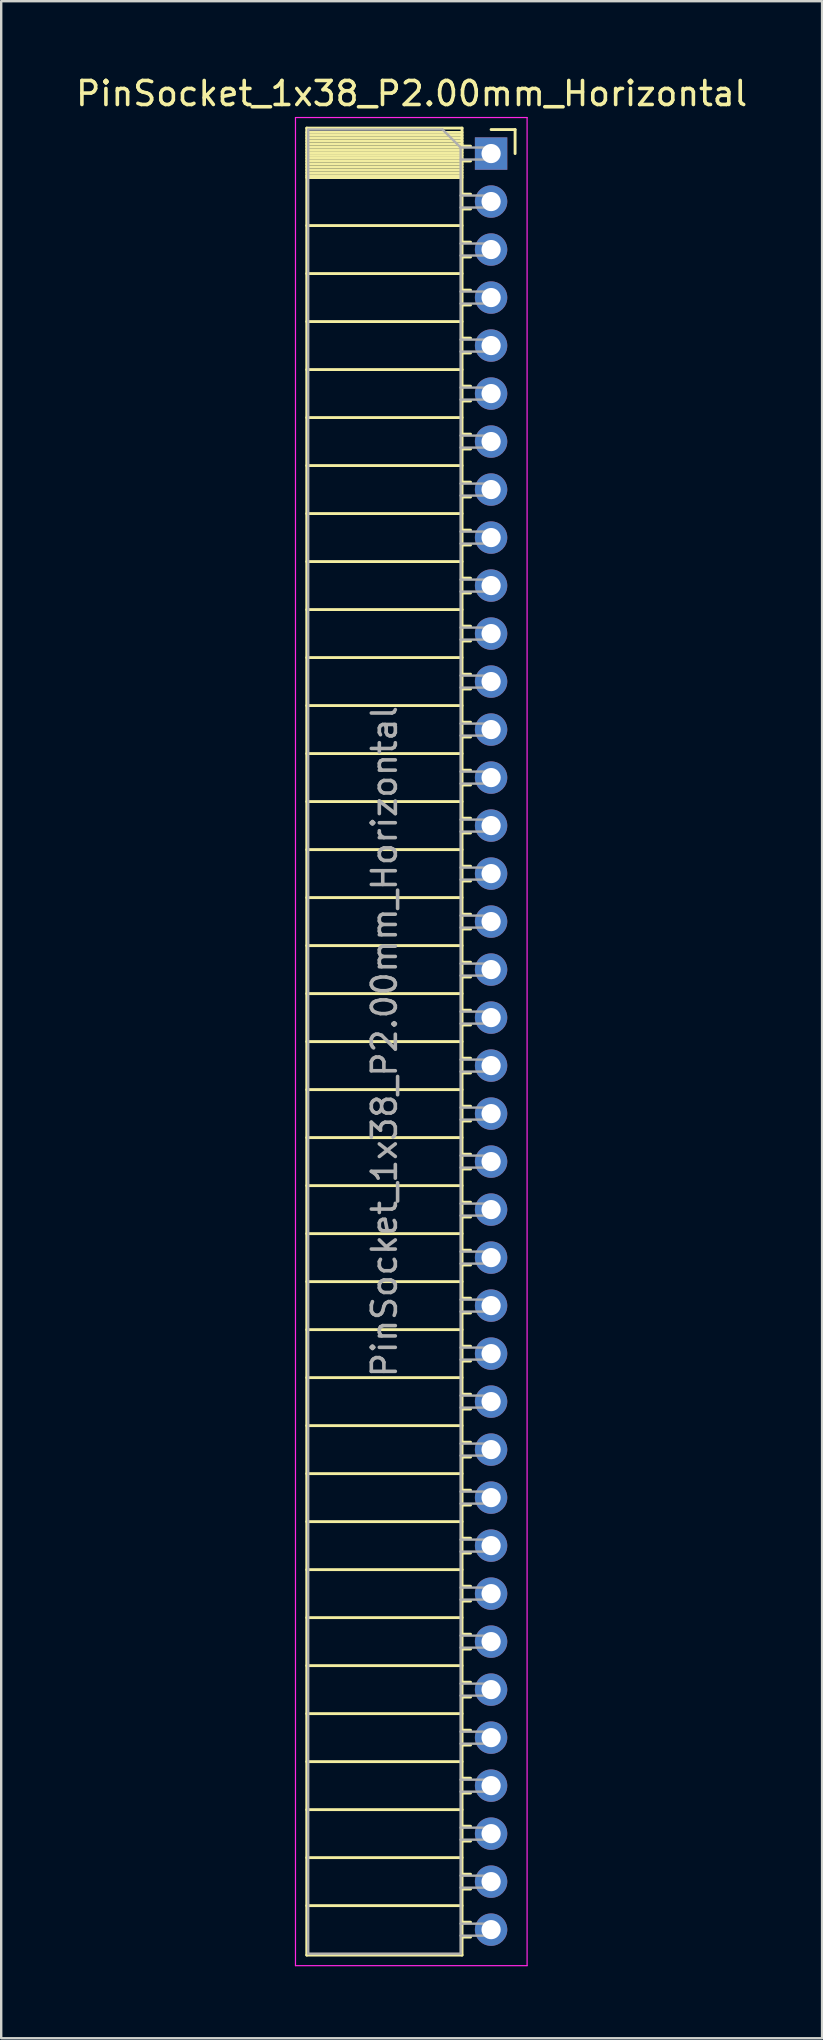
<source format=kicad_pcb>
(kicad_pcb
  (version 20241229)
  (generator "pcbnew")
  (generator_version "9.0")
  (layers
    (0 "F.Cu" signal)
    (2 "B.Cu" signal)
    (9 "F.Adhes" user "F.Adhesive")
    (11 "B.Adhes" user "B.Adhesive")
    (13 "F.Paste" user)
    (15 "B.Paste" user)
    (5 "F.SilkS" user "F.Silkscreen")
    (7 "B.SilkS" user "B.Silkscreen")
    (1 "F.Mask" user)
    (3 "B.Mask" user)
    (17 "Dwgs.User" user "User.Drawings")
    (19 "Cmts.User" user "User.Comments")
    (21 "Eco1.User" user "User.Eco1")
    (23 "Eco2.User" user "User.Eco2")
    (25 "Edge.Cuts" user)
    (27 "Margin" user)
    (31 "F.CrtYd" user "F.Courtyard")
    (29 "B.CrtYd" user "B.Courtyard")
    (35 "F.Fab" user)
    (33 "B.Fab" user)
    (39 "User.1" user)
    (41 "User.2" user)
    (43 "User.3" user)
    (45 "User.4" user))
  (footprint "PinSocket_1x38_P2.00mm_Horizontal"
    (layer "F.Cu")
    (at 17.411 3.348)
    (property "Reference" "PinSocket_1x38_P2.00mm_Horizontal" (at -3.31 -2.5 0) (layer "F.SilkS") (effects (font (size 1 1) (thickness 0.15))))
    (attr through_hole)
    (fp_line (start -7.68 -1.06) (end -1.21 -1.06) (stroke (width 0.12) (type solid)) (layer "F.SilkS"))
    (fp_line (start -7.68 -0.88) (end -1.21 -0.88) (stroke (width 0.12) (type solid)) (layer "F.SilkS"))
    (fp_line (start -7.68 -0.76) (end -1.21 -0.76) (stroke (width 0.12) (type solid)) (layer "F.SilkS"))
    (fp_line (start -7.68 -0.64) (end -1.21 -0.64) (stroke (width 0.12) (type solid)) (layer "F.SilkS"))
    (fp_line (start -7.68 -0.52) (end -1.21 -0.52) (stroke (width 0.12) (type solid)) (layer "F.SilkS"))
    (fp_line (start -7.68 -0.4) (end -1.21 -0.4) (stroke (width 0.12) (type solid)) (layer "F.SilkS"))
    (fp_line (start -7.68 -0.28) (end -1.21 -0.28) (stroke (width 0.12) (type solid)) (layer "F.SilkS"))
    (fp_line (start -7.68 -0.16) (end -1.21 -0.16) (stroke (width 0.12) (type solid)) (layer "F.SilkS"))
    (fp_line (start -7.68 -0.04) (end -1.21 -0.04) (stroke (width 0.12) (type solid)) (layer "F.SilkS"))
    (fp_line (start -7.68 0.08) (end -1.21 0.08) (stroke (width 0.12) (type solid)) (layer "F.SilkS"))
    (fp_line (start -7.68 0.2) (end -1.21 0.2) (stroke (width 0.12) (type solid)) (layer "F.SilkS"))
    (fp_line (start -7.68 0.32) (end -1.21 0.32) (stroke (width 0.12) (type solid)) (layer "F.SilkS"))
    (fp_line (start -7.68 0.44) (end -1.21 0.44) (stroke (width 0.12) (type solid)) (layer "F.SilkS"))
    (fp_line (start -7.68 0.56) (end -1.21 0.56) (stroke (width 0.12) (type solid)) (layer "F.SilkS"))
    (fp_line (start -7.68 0.68) (end -1.21 0.68) (stroke (width 0.12) (type solid)) (layer "F.SilkS"))
    (fp_line (start -7.68 0.8) (end -1.21 0.8) (stroke (width 0.12) (type solid)) (layer "F.SilkS"))
    (fp_line (start -7.68 0.92) (end -1.21 0.92) (stroke (width 0.12) (type solid)) (layer "F.SilkS"))
    (fp_line (start -7.68 1) (end -1.21 1) (stroke (width 0.12) (type solid)) (layer "F.SilkS"))
    (fp_line (start -7.68 3) (end -1.21 3) (stroke (width 0.12) (type solid)) (layer "F.SilkS"))
    (fp_line (start -7.68 5) (end -1.21 5) (stroke (width 0.12) (type solid)) (layer "F.SilkS"))
    (fp_line (start -7.68 7) (end -1.21 7) (stroke (width 0.12) (type solid)) (layer "F.SilkS"))
    (fp_line (start -7.68 9) (end -1.21 9) (stroke (width 0.12) (type solid)) (layer "F.SilkS"))
    (fp_line (start -7.68 11) (end -1.21 11) (stroke (width 0.12) (type solid)) (layer "F.SilkS"))
    (fp_line (start -7.68 13) (end -1.21 13) (stroke (width 0.12) (type solid)) (layer "F.SilkS"))
    (fp_line (start -7.68 15) (end -1.21 15) (stroke (width 0.12) (type solid)) (layer "F.SilkS"))
    (fp_line (start -7.68 17) (end -1.21 17) (stroke (width 0.12) (type solid)) (layer "F.SilkS"))
    (fp_line (start -7.68 19) (end -1.21 19) (stroke (width 0.12) (type solid)) (layer "F.SilkS"))
    (fp_line (start -7.68 21) (end -1.21 21) (stroke (width 0.12) (type solid)) (layer "F.SilkS"))
    (fp_line (start -7.68 23) (end -1.21 23) (stroke (width 0.12) (type solid)) (layer "F.SilkS"))
    (fp_line (start -7.68 25) (end -1.21 25) (stroke (width 0.12) (type solid)) (layer "F.SilkS"))
    (fp_line (start -7.68 27) (end -1.21 27) (stroke (width 0.12) (type solid)) (layer "F.SilkS"))
    (fp_line (start -7.68 29) (end -1.21 29) (stroke (width 0.12) (type solid)) (layer "F.SilkS"))
    (fp_line (start -7.68 31) (end -1.21 31) (stroke (width 0.12) (type solid)) (layer "F.SilkS"))
    (fp_line (start -7.68 33) (end -1.21 33) (stroke (width 0.12) (type solid)) (layer "F.SilkS"))
    (fp_line (start -7.68 35) (end -1.21 35) (stroke (width 0.12) (type solid)) (layer "F.SilkS"))
    (fp_line (start -7.68 37) (end -1.21 37) (stroke (width 0.12) (type solid)) (layer "F.SilkS"))
    (fp_line (start -7.68 39) (end -1.21 39) (stroke (width 0.12) (type solid)) (layer "F.SilkS"))
    (fp_line (start -7.68 41) (end -1.21 41) (stroke (width 0.12) (type solid)) (layer "F.SilkS"))
    (fp_line (start -7.68 43) (end -1.21 43) (stroke (width 0.12) (type solid)) (layer "F.SilkS"))
    (fp_line (start -7.68 45) (end -1.21 45) (stroke (width 0.12) (type solid)) (layer "F.SilkS"))
    (fp_line (start -7.68 47) (end -1.21 47) (stroke (width 0.12) (type solid)) (layer "F.SilkS"))
    (fp_line (start -7.68 49) (end -1.21 49) (stroke (width 0.12) (type solid)) (layer "F.SilkS"))
    (fp_line (start -7.68 51) (end -1.21 51) (stroke (width 0.12) (type solid)) (layer "F.SilkS"))
    (fp_line (start -7.68 53) (end -1.21 53) (stroke (width 0.12) (type solid)) (layer "F.SilkS"))
    (fp_line (start -7.68 55) (end -1.21 55) (stroke (width 0.12) (type solid)) (layer "F.SilkS"))
    (fp_line (start -7.68 57) (end -1.21 57) (stroke (width 0.12) (type solid)) (layer "F.SilkS"))
    (fp_line (start -7.68 59) (end -1.21 59) (stroke (width 0.12) (type solid)) (layer "F.SilkS"))
    (fp_line (start -7.68 61) (end -1.21 61) (stroke (width 0.12) (type solid)) (layer "F.SilkS"))
    (fp_line (start -7.68 63) (end -1.21 63) (stroke (width 0.12) (type solid)) (layer "F.SilkS"))
    (fp_line (start -7.68 65) (end -1.21 65) (stroke (width 0.12) (type solid)) (layer "F.SilkS"))
    (fp_line (start -7.68 67) (end -1.21 67) (stroke (width 0.12) (type solid)) (layer "F.SilkS"))
    (fp_line (start -7.68 69) (end -1.21 69) (stroke (width 0.12) (type solid)) (layer "F.SilkS"))
    (fp_line (start -7.68 71) (end -1.21 71) (stroke (width 0.12) (type solid)) (layer "F.SilkS"))
    (fp_line (start -7.68 73) (end -1.21 73) (stroke (width 0.12) (type solid)) (layer "F.SilkS"))
    (fp_line (start -7.68 75.06) (end -7.68 -1.06) (stroke (width 0.12) (type solid)) (layer "F.SilkS"))
    (fp_line (start -1.21 -1.06) (end -1.21 75.06) (stroke (width 0.12) (type solid)) (layer "F.SilkS"))
    (fp_line (start -1.21 -0.31) (end -0.855 -0.31) (stroke (width 0.12) (type solid)) (layer "F.SilkS"))
    (fp_line (start -1.21 1.69) (end -0.855 1.69) (stroke (width 0.12) (type solid)) (layer "F.SilkS"))
    (fp_line (start -1.21 3.69) (end -0.855 3.69) (stroke (width 0.12) (type solid)) (layer "F.SilkS"))
    (fp_line (start -1.21 5.69) (end -0.855 5.69) (stroke (width 0.12) (type solid)) (layer "F.SilkS"))
    (fp_line (start -1.21 7.69) (end -0.855 7.69) (stroke (width 0.12) (type solid)) (layer "F.SilkS"))
    (fp_line (start -1.21 9.69) (end -0.855 9.69) (stroke (width 0.12) (type solid)) (layer "F.SilkS"))
    (fp_line (start -1.21 11.69) (end -0.855 11.69) (stroke (width 0.12) (type solid)) (layer "F.SilkS"))
    (fp_line (start -1.21 13.69) (end -0.855 13.69) (stroke (width 0.12) (type solid)) (layer "F.SilkS"))
    (fp_line (start -1.21 15.69) (end -0.855 15.69) (stroke (width 0.12) (type solid)) (layer "F.SilkS"))
    (fp_line (start -1.21 17.69) (end -0.855 17.69) (stroke (width 0.12) (type solid)) (layer "F.SilkS"))
    (fp_line (start -1.21 19.69) (end -0.855 19.69) (stroke (width 0.12) (type solid)) (layer "F.SilkS"))
    (fp_line (start -1.21 21.69) (end -0.855 21.69) (stroke (width 0.12) (type solid)) (layer "F.SilkS"))
    (fp_line (start -1.21 23.69) (end -0.855 23.69) (stroke (width 0.12) (type solid)) (layer "F.SilkS"))
    (fp_line (start -1.21 25.69) (end -0.855 25.69) (stroke (width 0.12) (type solid)) (layer "F.SilkS"))
    (fp_line (start -1.21 27.69) (end -0.855 27.69) (stroke (width 0.12) (type solid)) (layer "F.SilkS"))
    (fp_line (start -1.21 29.69) (end -0.855 29.69) (stroke (width 0.12) (type solid)) (layer "F.SilkS"))
    (fp_line (start -1.21 31.69) (end -0.855 31.69) (stroke (width 0.12) (type solid)) (layer "F.SilkS"))
    (fp_line (start -1.21 33.69) (end -0.855 33.69) (stroke (width 0.12) (type solid)) (layer "F.SilkS"))
    (fp_line (start -1.21 35.69) (end -0.855 35.69) (stroke (width 0.12) (type solid)) (layer "F.SilkS"))
    (fp_line (start -1.21 37.69) (end -0.855 37.69) (stroke (width 0.12) (type solid)) (layer "F.SilkS"))
    (fp_line (start -1.21 39.69) (end -0.855 39.69) (stroke (width 0.12) (type solid)) (layer "F.SilkS"))
    (fp_line (start -1.21 41.69) (end -0.855 41.69) (stroke (width 0.12) (type solid)) (layer "F.SilkS"))
    (fp_line (start -1.21 43.69) (end -0.855 43.69) (stroke (width 0.12) (type solid)) (layer "F.SilkS"))
    (fp_line (start -1.21 45.69) (end -0.855 45.69) (stroke (width 0.12) (type solid)) (layer "F.SilkS"))
    (fp_line (start -1.21 47.69) (end -0.855 47.69) (stroke (width 0.12) (type solid)) (layer "F.SilkS"))
    (fp_line (start -1.21 49.69) (end -0.855 49.69) (stroke (width 0.12) (type solid)) (layer "F.SilkS"))
    (fp_line (start -1.21 51.69) (end -0.855 51.69) (stroke (width 0.12) (type solid)) (layer "F.SilkS"))
    (fp_line (start -1.21 53.69) (end -0.855 53.69) (stroke (width 0.12) (type solid)) (layer "F.SilkS"))
    (fp_line (start -1.21 55.69) (end -0.855 55.69) (stroke (width 0.12) (type solid)) (layer "F.SilkS"))
    (fp_line (start -1.21 57.69) (end -0.855 57.69) (stroke (width 0.12) (type solid)) (layer "F.SilkS"))
    (fp_line (start -1.21 59.69) (end -0.855 59.69) (stroke (width 0.12) (type solid)) (layer "F.SilkS"))
    (fp_line (start -1.21 61.69) (end -0.855 61.69) (stroke (width 0.12) (type solid)) (layer "F.SilkS"))
    (fp_line (start -1.21 63.69) (end -0.855 63.69) (stroke (width 0.12) (type solid)) (layer "F.SilkS"))
    (fp_line (start -1.21 65.69) (end -0.855 65.69) (stroke (width 0.12) (type solid)) (layer "F.SilkS"))
    (fp_line (start -1.21 67.69) (end -0.855 67.69) (stroke (width 0.12) (type solid)) (layer "F.SilkS"))
    (fp_line (start -1.21 69.69) (end -0.855 69.69) (stroke (width 0.12) (type solid)) (layer "F.SilkS"))
    (fp_line (start -1.21 71.69) (end -0.855 71.69) (stroke (width 0.12) (type solid)) (layer "F.SilkS"))
    (fp_line (start -1.21 73.69) (end -0.855 73.69) (stroke (width 0.12) (type solid)) (layer "F.SilkS"))
    (fp_line (start -1.21 75.06) (end -7.68 75.06) (stroke (width 0.12) (type solid)) (layer "F.SilkS"))
    (fp_line (start -0.855 0.31) (end -1.21 0.31) (stroke (width 0.12) (type solid)) (layer "F.SilkS"))
    (fp_line (start -0.855 2.31) (end -1.21 2.31) (stroke (width 0.12) (type solid)) (layer "F.SilkS"))
    (fp_line (start -0.855 4.31) (end -1.21 4.31) (stroke (width 0.12) (type solid)) (layer "F.SilkS"))
    (fp_line (start -0.855 6.31) (end -1.21 6.31) (stroke (width 0.12) (type solid)) (layer "F.SilkS"))
    (fp_line (start -0.855 8.31) (end -1.21 8.31) (stroke (width 0.12) (type solid)) (layer "F.SilkS"))
    (fp_line (start -0.855 10.31) (end -1.21 10.31) (stroke (width 0.12) (type solid)) (layer "F.SilkS"))
    (fp_line (start -0.855 12.31) (end -1.21 12.31) (stroke (width 0.12) (type solid)) (layer "F.SilkS"))
    (fp_line (start -0.855 14.31) (end -1.21 14.31) (stroke (width 0.12) (type solid)) (layer "F.SilkS"))
    (fp_line (start -0.855 16.31) (end -1.21 16.31) (stroke (width 0.12) (type solid)) (layer "F.SilkS"))
    (fp_line (start -0.855 18.31) (end -1.21 18.31) (stroke (width 0.12) (type solid)) (layer "F.SilkS"))
    (fp_line (start -0.855 20.31) (end -1.21 20.31) (stroke (width 0.12) (type solid)) (layer "F.SilkS"))
    (fp_line (start -0.855 22.31) (end -1.21 22.31) (stroke (width 0.12) (type solid)) (layer "F.SilkS"))
    (fp_line (start -0.855 24.31) (end -1.21 24.31) (stroke (width 0.12) (type solid)) (layer "F.SilkS"))
    (fp_line (start -0.855 26.31) (end -1.21 26.31) (stroke (width 0.12) (type solid)) (layer "F.SilkS"))
    (fp_line (start -0.855 28.31) (end -1.21 28.31) (stroke (width 0.12) (type solid)) (layer "F.SilkS"))
    (fp_line (start -0.855 30.31) (end -1.21 30.31) (stroke (width 0.12) (type solid)) (layer "F.SilkS"))
    (fp_line (start -0.855 32.31) (end -1.21 32.31) (stroke (width 0.12) (type solid)) (layer "F.SilkS"))
    (fp_line (start -0.855 34.31) (end -1.21 34.31) (stroke (width 0.12) (type solid)) (layer "F.SilkS"))
    (fp_line (start -0.855 36.31) (end -1.21 36.31) (stroke (width 0.12) (type solid)) (layer "F.SilkS"))
    (fp_line (start -0.855 38.31) (end -1.21 38.31) (stroke (width 0.12) (type solid)) (layer "F.SilkS"))
    (fp_line (start -0.855 40.31) (end -1.21 40.31) (stroke (width 0.12) (type solid)) (layer "F.SilkS"))
    (fp_line (start -0.855 42.31) (end -1.21 42.31) (stroke (width 0.12) (type solid)) (layer "F.SilkS"))
    (fp_line (start -0.855 44.31) (end -1.21 44.31) (stroke (width 0.12) (type solid)) (layer "F.SilkS"))
    (fp_line (start -0.855 46.31) (end -1.21 46.31) (stroke (width 0.12) (type solid)) (layer "F.SilkS"))
    (fp_line (start -0.855 48.31) (end -1.21 48.31) (stroke (width 0.12) (type solid)) (layer "F.SilkS"))
    (fp_line (start -0.855 50.31) (end -1.21 50.31) (stroke (width 0.12) (type solid)) (layer "F.SilkS"))
    (fp_line (start -0.855 52.31) (end -1.21 52.31) (stroke (width 0.12) (type solid)) (layer "F.SilkS"))
    (fp_line (start -0.855 54.31) (end -1.21 54.31) (stroke (width 0.12) (type solid)) (layer "F.SilkS"))
    (fp_line (start -0.855 56.31) (end -1.21 56.31) (stroke (width 0.12) (type solid)) (layer "F.SilkS"))
    (fp_line (start -0.855 58.31) (end -1.21 58.31) (stroke (width 0.12) (type solid)) (layer "F.SilkS"))
    (fp_line (start -0.855 60.31) (end -1.21 60.31) (stroke (width 0.12) (type solid)) (layer "F.SilkS"))
    (fp_line (start -0.855 62.31) (end -1.21 62.31) (stroke (width 0.12) (type solid)) (layer "F.SilkS"))
    (fp_line (start -0.855 64.31) (end -1.21 64.31) (stroke (width 0.12) (type solid)) (layer "F.SilkS"))
    (fp_line (start -0.855 66.31) (end -1.21 66.31) (stroke (width 0.12) (type solid)) (layer "F.SilkS"))
    (fp_line (start -0.855 68.31) (end -1.21 68.31) (stroke (width 0.12) (type solid)) (layer "F.SilkS"))
    (fp_line (start -0.855 70.31) (end -1.21 70.31) (stroke (width 0.12) (type solid)) (layer "F.SilkS"))
    (fp_line (start -0.855 72.31) (end -1.21 72.31) (stroke (width 0.12) (type solid)) (layer "F.SilkS"))
    (fp_line (start -0.855 74.31) (end -1.21 74.31) (stroke (width 0.12) (type solid)) (layer "F.SilkS"))
    (fp_line (start 0 -1) (end 1 -1) (stroke (width 0.12) (type solid)) (layer "F.SilkS"))
    (fp_line (start 1 -1) (end 1 0) (stroke (width 0.12) (type solid)) (layer "F.SilkS"))
    (fp_line (start -8.15 -1.5) (end -8.15 75.5) (stroke (width 0.05) (type solid)) (layer "F.CrtYd"))
    (fp_line (start -8.15 75.5) (end 1.5 75.5) (stroke (width 0.05) (type solid)) (layer "F.CrtYd"))
    (fp_line (start 1.5 -1.5) (end -8.15 -1.5) (stroke (width 0.05) (type solid)) (layer "F.CrtYd"))
    (fp_line (start 1.5 75.5) (end 1.5 -1.5) (stroke (width 0.05) (type solid)) (layer "F.CrtYd"))
    (fp_line (start -7.62 -1) (end -2.02 -1) (stroke (width 0.1) (type solid)) (layer "F.Fab"))
    (fp_line (start -7.62 75) (end -7.62 -1) (stroke (width 0.1) (type solid)) (layer "F.Fab"))
    (fp_line (start -2.02 -1) (end -1.27 -0.25) (stroke (width 0.1) (type solid)) (layer "F.Fab"))
    (fp_line (start -1.27 -0.25) (end -1.27 75) (stroke (width 0.1) (type solid)) (layer "F.Fab"))
    (fp_line (start -1.27 0.25) (end 0 0.25) (stroke (width 0.1) (type solid)) (layer "F.Fab"))
    (fp_line (start -1.27 2.25) (end 0 2.25) (stroke (width 0.1) (type solid)) (layer "F.Fab"))
    (fp_line (start -1.27 4.25) (end 0 4.25) (stroke (width 0.1) (type solid)) (layer "F.Fab"))
    (fp_line (start -1.27 6.25) (end 0 6.25) (stroke (width 0.1) (type solid)) (layer "F.Fab"))
    (fp_line (start -1.27 8.25) (end 0 8.25) (stroke (width 0.1) (type solid)) (layer "F.Fab"))
    (fp_line (start -1.27 10.25) (end 0 10.25) (stroke (width 0.1) (type solid)) (layer "F.Fab"))
    (fp_line (start -1.27 12.25) (end 0 12.25) (stroke (width 0.1) (type solid)) (layer "F.Fab"))
    (fp_line (start -1.27 14.25) (end 0 14.25) (stroke (width 0.1) (type solid)) (layer "F.Fab"))
    (fp_line (start -1.27 16.25) (end 0 16.25) (stroke (width 0.1) (type solid)) (layer "F.Fab"))
    (fp_line (start -1.27 18.25) (end 0 18.25) (stroke (width 0.1) (type solid)) (layer "F.Fab"))
    (fp_line (start -1.27 20.25) (end 0 20.25) (stroke (width 0.1) (type solid)) (layer "F.Fab"))
    (fp_line (start -1.27 22.25) (end 0 22.25) (stroke (width 0.1) (type solid)) (layer "F.Fab"))
    (fp_line (start -1.27 24.25) (end 0 24.25) (stroke (width 0.1) (type solid)) (layer "F.Fab"))
    (fp_line (start -1.27 26.25) (end 0 26.25) (stroke (width 0.1) (type solid)) (layer "F.Fab"))
    (fp_line (start -1.27 28.25) (end 0 28.25) (stroke (width 0.1) (type solid)) (layer "F.Fab"))
    (fp_line (start -1.27 30.25) (end 0 30.25) (stroke (width 0.1) (type solid)) (layer "F.Fab"))
    (fp_line (start -1.27 32.25) (end 0 32.25) (stroke (width 0.1) (type solid)) (layer "F.Fab"))
    (fp_line (start -1.27 34.25) (end 0 34.25) (stroke (width 0.1) (type solid)) (layer "F.Fab"))
    (fp_line (start -1.27 36.25) (end 0 36.25) (stroke (width 0.1) (type solid)) (layer "F.Fab"))
    (fp_line (start -1.27 38.25) (end 0 38.25) (stroke (width 0.1) (type solid)) (layer "F.Fab"))
    (fp_line (start -1.27 40.25) (end 0 40.25) (stroke (width 0.1) (type solid)) (layer "F.Fab"))
    (fp_line (start -1.27 42.25) (end 0 42.25) (stroke (width 0.1) (type solid)) (layer "F.Fab"))
    (fp_line (start -1.27 44.25) (end 0 44.25) (stroke (width 0.1) (type solid)) (layer "F.Fab"))
    (fp_line (start -1.27 46.25) (end 0 46.25) (stroke (width 0.1) (type solid)) (layer "F.Fab"))
    (fp_line (start -1.27 48.25) (end 0 48.25) (stroke (width 0.1) (type solid)) (layer "F.Fab"))
    (fp_line (start -1.27 50.25) (end 0 50.25) (stroke (width 0.1) (type solid)) (layer "F.Fab"))
    (fp_line (start -1.27 52.25) (end 0 52.25) (stroke (width 0.1) (type solid)) (layer "F.Fab"))
    (fp_line (start -1.27 54.25) (end 0 54.25) (stroke (width 0.1) (type solid)) (layer "F.Fab"))
    (fp_line (start -1.27 56.25) (end 0 56.25) (stroke (width 0.1) (type solid)) (layer "F.Fab"))
    (fp_line (start -1.27 58.25) (end 0 58.25) (stroke (width 0.1) (type solid)) (layer "F.Fab"))
    (fp_line (start -1.27 60.25) (end 0 60.25) (stroke (width 0.1) (type solid)) (layer "F.Fab"))
    (fp_line (start -1.27 62.25) (end 0 62.25) (stroke (width 0.1) (type solid)) (layer "F.Fab"))
    (fp_line (start -1.27 64.25) (end 0 64.25) (stroke (width 0.1) (type solid)) (layer "F.Fab"))
    (fp_line (start -1.27 66.25) (end 0 66.25) (stroke (width 0.1) (type solid)) (layer "F.Fab"))
    (fp_line (start -1.27 68.25) (end 0 68.25) (stroke (width 0.1) (type solid)) (layer "F.Fab"))
    (fp_line (start -1.27 70.25) (end 0 70.25) (stroke (width 0.1) (type solid)) (layer "F.Fab"))
    (fp_line (start -1.27 72.25) (end 0 72.25) (stroke (width 0.1) (type solid)) (layer "F.Fab"))
    (fp_line (start -1.27 74.25) (end 0 74.25) (stroke (width 0.1) (type solid)) (layer "F.Fab"))
    (fp_line (start -1.27 75) (end -7.62 75) (stroke (width 0.1) (type solid)) (layer "F.Fab"))
    (fp_line (start 0 -0.25) (end -1.27 -0.25) (stroke (width 0.1) (type solid)) (layer "F.Fab"))
    (fp_line (start 0 0.25) (end 0 -0.25) (stroke (width 0.1) (type solid)) (layer "F.Fab"))
    (fp_line (start 0 1.75) (end -1.27 1.75) (stroke (width 0.1) (type solid)) (layer "F.Fab"))
    (fp_line (start 0 2.25) (end 0 1.75) (stroke (width 0.1) (type solid)) (layer "F.Fab"))
    (fp_line (start 0 3.75) (end -1.27 3.75) (stroke (width 0.1) (type solid)) (layer "F.Fab"))
    (fp_line (start 0 4.25) (end 0 3.75) (stroke (width 0.1) (type solid)) (layer "F.Fab"))
    (fp_line (start 0 5.75) (end -1.27 5.75) (stroke (width 0.1) (type solid)) (layer "F.Fab"))
    (fp_line (start 0 6.25) (end 0 5.75) (stroke (width 0.1) (type solid)) (layer "F.Fab"))
    (fp_line (start 0 7.75) (end -1.27 7.75) (stroke (width 0.1) (type solid)) (layer "F.Fab"))
    (fp_line (start 0 8.25) (end 0 7.75) (stroke (width 0.1) (type solid)) (layer "F.Fab"))
    (fp_line (start 0 9.75) (end -1.27 9.75) (stroke (width 0.1) (type solid)) (layer "F.Fab"))
    (fp_line (start 0 10.25) (end 0 9.75) (stroke (width 0.1) (type solid)) (layer "F.Fab"))
    (fp_line (start 0 11.75) (end -1.27 11.75) (stroke (width 0.1) (type solid)) (layer "F.Fab"))
    (fp_line (start 0 12.25) (end 0 11.75) (stroke (width 0.1) (type solid)) (layer "F.Fab"))
    (fp_line (start 0 13.75) (end -1.27 13.75) (stroke (width 0.1) (type solid)) (layer "F.Fab"))
    (fp_line (start 0 14.25) (end 0 13.75) (stroke (width 0.1) (type solid)) (layer "F.Fab"))
    (fp_line (start 0 15.75) (end -1.27 15.75) (stroke (width 0.1) (type solid)) (layer "F.Fab"))
    (fp_line (start 0 16.25) (end 0 15.75) (stroke (width 0.1) (type solid)) (layer "F.Fab"))
    (fp_line (start 0 17.75) (end -1.27 17.75) (stroke (width 0.1) (type solid)) (layer "F.Fab"))
    (fp_line (start 0 18.25) (end 0 17.75) (stroke (width 0.1) (type solid)) (layer "F.Fab"))
    (fp_line (start 0 19.75) (end -1.27 19.75) (stroke (width 0.1) (type solid)) (layer "F.Fab"))
    (fp_line (start 0 20.25) (end 0 19.75) (stroke (width 0.1) (type solid)) (layer "F.Fab"))
    (fp_line (start 0 21.75) (end -1.27 21.75) (stroke (width 0.1) (type solid)) (layer "F.Fab"))
    (fp_line (start 0 22.25) (end 0 21.75) (stroke (width 0.1) (type solid)) (layer "F.Fab"))
    (fp_line (start 0 23.75) (end -1.27 23.75) (stroke (width 0.1) (type solid)) (layer "F.Fab"))
    (fp_line (start 0 24.25) (end 0 23.75) (stroke (width 0.1) (type solid)) (layer "F.Fab"))
    (fp_line (start 0 25.75) (end -1.27 25.75) (stroke (width 0.1) (type solid)) (layer "F.Fab"))
    (fp_line (start 0 26.25) (end 0 25.75) (stroke (width 0.1) (type solid)) (layer "F.Fab"))
    (fp_line (start 0 27.75) (end -1.27 27.75) (stroke (width 0.1) (type solid)) (layer "F.Fab"))
    (fp_line (start 0 28.25) (end 0 27.75) (stroke (width 0.1) (type solid)) (layer "F.Fab"))
    (fp_line (start 0 29.75) (end -1.27 29.75) (stroke (width 0.1) (type solid)) (layer "F.Fab"))
    (fp_line (start 0 30.25) (end 0 29.75) (stroke (width 0.1) (type solid)) (layer "F.Fab"))
    (fp_line (start 0 31.75) (end -1.27 31.75) (stroke (width 0.1) (type solid)) (layer "F.Fab"))
    (fp_line (start 0 32.25) (end 0 31.75) (stroke (width 0.1) (type solid)) (layer "F.Fab"))
    (fp_line (start 0 33.75) (end -1.27 33.75) (stroke (width 0.1) (type solid)) (layer "F.Fab"))
    (fp_line (start 0 34.25) (end 0 33.75) (stroke (width 0.1) (type solid)) (layer "F.Fab"))
    (fp_line (start 0 35.75) (end -1.27 35.75) (stroke (width 0.1) (type solid)) (layer "F.Fab"))
    (fp_line (start 0 36.25) (end 0 35.75) (stroke (width 0.1) (type solid)) (layer "F.Fab"))
    (fp_line (start 0 37.75) (end -1.27 37.75) (stroke (width 0.1) (type solid)) (layer "F.Fab"))
    (fp_line (start 0 38.25) (end 0 37.75) (stroke (width 0.1) (type solid)) (layer "F.Fab"))
    (fp_line (start 0 39.75) (end -1.27 39.75) (stroke (width 0.1) (type solid)) (layer "F.Fab"))
    (fp_line (start 0 40.25) (end 0 39.75) (stroke (width 0.1) (type solid)) (layer "F.Fab"))
    (fp_line (start 0 41.75) (end -1.27 41.75) (stroke (width 0.1) (type solid)) (layer "F.Fab"))
    (fp_line (start 0 42.25) (end 0 41.75) (stroke (width 0.1) (type solid)) (layer "F.Fab"))
    (fp_line (start 0 43.75) (end -1.27 43.75) (stroke (width 0.1) (type solid)) (layer "F.Fab"))
    (fp_line (start 0 44.25) (end 0 43.75) (stroke (width 0.1) (type solid)) (layer "F.Fab"))
    (fp_line (start 0 45.75) (end -1.27 45.75) (stroke (width 0.1) (type solid)) (layer "F.Fab"))
    (fp_line (start 0 46.25) (end 0 45.75) (stroke (width 0.1) (type solid)) (layer "F.Fab"))
    (fp_line (start 0 47.75) (end -1.27 47.75) (stroke (width 0.1) (type solid)) (layer "F.Fab"))
    (fp_line (start 0 48.25) (end 0 47.75) (stroke (width 0.1) (type solid)) (layer "F.Fab"))
    (fp_line (start 0 49.75) (end -1.27 49.75) (stroke (width 0.1) (type solid)) (layer "F.Fab"))
    (fp_line (start 0 50.25) (end 0 49.75) (stroke (width 0.1) (type solid)) (layer "F.Fab"))
    (fp_line (start 0 51.75) (end -1.27 51.75) (stroke (width 0.1) (type solid)) (layer "F.Fab"))
    (fp_line (start 0 52.25) (end 0 51.75) (stroke (width 0.1) (type solid)) (layer "F.Fab"))
    (fp_line (start 0 53.75) (end -1.27 53.75) (stroke (width 0.1) (type solid)) (layer "F.Fab"))
    (fp_line (start 0 54.25) (end 0 53.75) (stroke (width 0.1) (type solid)) (layer "F.Fab"))
    (fp_line (start 0 55.75) (end -1.27 55.75) (stroke (width 0.1) (type solid)) (layer "F.Fab"))
    (fp_line (start 0 56.25) (end 0 55.75) (stroke (width 0.1) (type solid)) (layer "F.Fab"))
    (fp_line (start 0 57.75) (end -1.27 57.75) (stroke (width 0.1) (type solid)) (layer "F.Fab"))
    (fp_line (start 0 58.25) (end 0 57.75) (stroke (width 0.1) (type solid)) (layer "F.Fab"))
    (fp_line (start 0 59.75) (end -1.27 59.75) (stroke (width 0.1) (type solid)) (layer "F.Fab"))
    (fp_line (start 0 60.25) (end 0 59.75) (stroke (width 0.1) (type solid)) (layer "F.Fab"))
    (fp_line (start 0 61.75) (end -1.27 61.75) (stroke (width 0.1) (type solid)) (layer "F.Fab"))
    (fp_line (start 0 62.25) (end 0 61.75) (stroke (width 0.1) (type solid)) (layer "F.Fab"))
    (fp_line (start 0 63.75) (end -1.27 63.75) (stroke (width 0.1) (type solid)) (layer "F.Fab"))
    (fp_line (start 0 64.25) (end 0 63.75) (stroke (width 0.1) (type solid)) (layer "F.Fab"))
    (fp_line (start 0 65.75) (end -1.27 65.75) (stroke (width 0.1) (type solid)) (layer "F.Fab"))
    (fp_line (start 0 66.25) (end 0 65.75) (stroke (width 0.1) (type solid)) (layer "F.Fab"))
    (fp_line (start 0 67.75) (end -1.27 67.75) (stroke (width 0.1) (type solid)) (layer "F.Fab"))
    (fp_line (start 0 68.25) (end 0 67.75) (stroke (width 0.1) (type solid)) (layer "F.Fab"))
    (fp_line (start 0 69.75) (end -1.27 69.75) (stroke (width 0.1) (type solid)) (layer "F.Fab"))
    (fp_line (start 0 70.25) (end 0 69.75) (stroke (width 0.1) (type solid)) (layer "F.Fab"))
    (fp_line (start 0 71.75) (end -1.27 71.75) (stroke (width 0.1) (type solid)) (layer "F.Fab"))
    (fp_line (start 0 72.25) (end 0 71.75) (stroke (width 0.1) (type solid)) (layer "F.Fab"))
    (fp_line (start 0 73.75) (end -1.27 73.75) (stroke (width 0.1) (type solid)) (layer "F.Fab"))
    (fp_line (start 0 74.25) (end 0 73.75) (stroke (width 0.1) (type solid)) (layer "F.Fab"))
    (fp_text user "${REFERENCE}" (at -4.445 37 90) (layer "F.Fab") (effects (font (size 1 1) (thickness 0.15))))
    (pad "1" thru_hole rect (at 0 0) (size 1.35 1.35) (drill 0.8) (layers "*.Cu" "*.Mask"))
    (pad "2" thru_hole oval (at 0 2) (size 1.35 1.35) (drill 0.8) (layers "*.Cu" "*.Mask"))
    (pad "3" thru_hole oval (at 0 4) (size 1.35 1.35) (drill 0.8) (layers "*.Cu" "*.Mask"))
    (pad "4" thru_hole oval (at 0 6) (size 1.35 1.35) (drill 0.8) (layers "*.Cu" "*.Mask"))
    (pad "5" thru_hole oval (at 0 8) (size 1.35 1.35) (drill 0.8) (layers "*.Cu" "*.Mask"))
    (pad "6" thru_hole oval (at 0 10) (size 1.35 1.35) (drill 0.8) (layers "*.Cu" "*.Mask"))
    (pad "7" thru_hole oval (at 0 12) (size 1.35 1.35) (drill 0.8) (layers "*.Cu" "*.Mask"))
    (pad "8" thru_hole oval (at 0 14) (size 1.35 1.35) (drill 0.8) (layers "*.Cu" "*.Mask"))
    (pad "9" thru_hole oval (at 0 16) (size 1.35 1.35) (drill 0.8) (layers "*.Cu" "*.Mask"))
    (pad "10" thru_hole oval (at 0 18) (size 1.35 1.35) (drill 0.8) (layers "*.Cu" "*.Mask"))
    (pad "11" thru_hole oval (at 0 20) (size 1.35 1.35) (drill 0.8) (layers "*.Cu" "*.Mask"))
    (pad "12" thru_hole oval (at 0 22) (size 1.35 1.35) (drill 0.8) (layers "*.Cu" "*.Mask"))
    (pad "13" thru_hole oval (at 0 24) (size 1.35 1.35) (drill 0.8) (layers "*.Cu" "*.Mask"))
    (pad "14" thru_hole oval (at 0 26) (size 1.35 1.35) (drill 0.8) (layers "*.Cu" "*.Mask"))
    (pad "15" thru_hole oval (at 0 28) (size 1.35 1.35) (drill 0.8) (layers "*.Cu" "*.Mask"))
    (pad "16" thru_hole oval (at 0 30) (size 1.35 1.35) (drill 0.8) (layers "*.Cu" "*.Mask"))
    (pad "17" thru_hole oval (at 0 32) (size 1.35 1.35) (drill 0.8) (layers "*.Cu" "*.Mask"))
    (pad "18" thru_hole oval (at 0 34) (size 1.35 1.35) (drill 0.8) (layers "*.Cu" "*.Mask"))
    (pad "19" thru_hole oval (at 0 36) (size 1.35 1.35) (drill 0.8) (layers "*.Cu" "*.Mask"))
    (pad "20" thru_hole oval (at 0 38) (size 1.35 1.35) (drill 0.8) (layers "*.Cu" "*.Mask"))
    (pad "21" thru_hole oval (at 0 40) (size 1.35 1.35) (drill 0.8) (layers "*.Cu" "*.Mask"))
    (pad "22" thru_hole oval (at 0 42) (size 1.35 1.35) (drill 0.8) (layers "*.Cu" "*.Mask"))
    (pad "23" thru_hole oval (at 0 44) (size 1.35 1.35) (drill 0.8) (layers "*.Cu" "*.Mask"))
    (pad "24" thru_hole oval (at 0 46) (size 1.35 1.35) (drill 0.8) (layers "*.Cu" "*.Mask"))
    (pad "25" thru_hole oval (at 0 48) (size 1.35 1.35) (drill 0.8) (layers "*.Cu" "*.Mask"))
    (pad "26" thru_hole oval (at 0 50) (size 1.35 1.35) (drill 0.8) (layers "*.Cu" "*.Mask"))
    (pad "27" thru_hole oval (at 0 52) (size 1.35 1.35) (drill 0.8) (layers "*.Cu" "*.Mask"))
    (pad "28" thru_hole oval (at 0 54) (size 1.35 1.35) (drill 0.8) (layers "*.Cu" "*.Mask"))
    (pad "29" thru_hole oval (at 0 56) (size 1.35 1.35) (drill 0.8) (layers "*.Cu" "*.Mask"))
    (pad "30" thru_hole oval (at 0 58) (size 1.35 1.35) (drill 0.8) (layers "*.Cu" "*.Mask"))
    (pad "31" thru_hole oval (at 0 60) (size 1.35 1.35) (drill 0.8) (layers "*.Cu" "*.Mask"))
    (pad "32" thru_hole oval (at 0 62) (size 1.35 1.35) (drill 0.8) (layers "*.Cu" "*.Mask"))
    (pad "33" thru_hole oval (at 0 64) (size 1.35 1.35) (drill 0.8) (layers "*.Cu" "*.Mask"))
    (pad "34" thru_hole oval (at 0 66) (size 1.35 1.35) (drill 0.8) (layers "*.Cu" "*.Mask"))
    (pad "35" thru_hole oval (at 0 68) (size 1.35 1.35) (drill 0.8) (layers "*.Cu" "*.Mask"))
    (pad "36" thru_hole oval (at 0 70) (size 1.35 1.35) (drill 0.8) (layers "*.Cu" "*.Mask"))
    (pad "37" thru_hole oval (at 0 72) (size 1.35 1.35) (drill 0.8) (layers "*.Cu" "*.Mask"))
    (pad "38" thru_hole oval (at 0 74) (size 1.35 1.35) (drill 0.8) (layers "*.Cu" "*.Mask")))
  (gr_rect
    (start -3 -3)
    (end 31.202 81.873)
    (stroke (width 0.1) (type default))
    (fill no)
    (layer "Edge.Cuts")))
</source>
